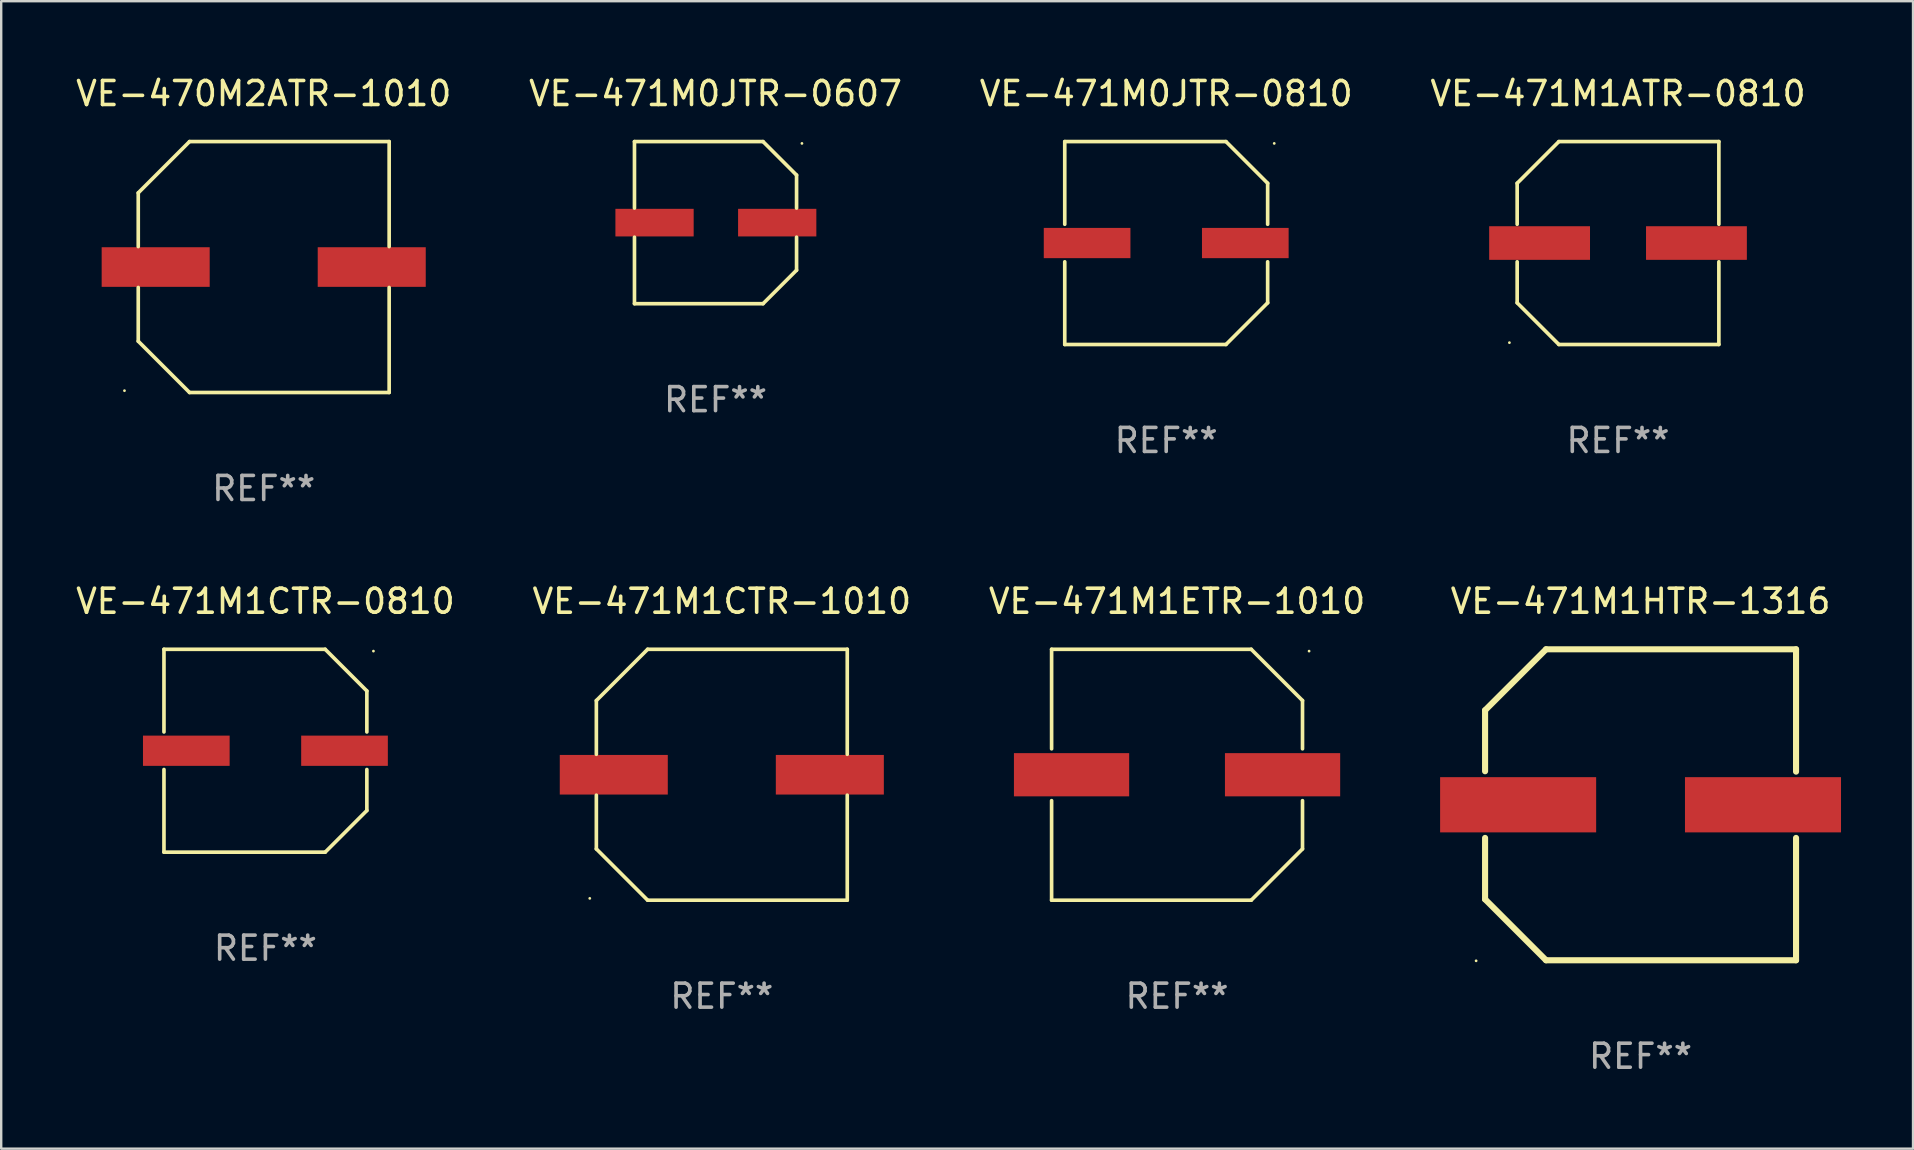
<source format=kicad_pcb>
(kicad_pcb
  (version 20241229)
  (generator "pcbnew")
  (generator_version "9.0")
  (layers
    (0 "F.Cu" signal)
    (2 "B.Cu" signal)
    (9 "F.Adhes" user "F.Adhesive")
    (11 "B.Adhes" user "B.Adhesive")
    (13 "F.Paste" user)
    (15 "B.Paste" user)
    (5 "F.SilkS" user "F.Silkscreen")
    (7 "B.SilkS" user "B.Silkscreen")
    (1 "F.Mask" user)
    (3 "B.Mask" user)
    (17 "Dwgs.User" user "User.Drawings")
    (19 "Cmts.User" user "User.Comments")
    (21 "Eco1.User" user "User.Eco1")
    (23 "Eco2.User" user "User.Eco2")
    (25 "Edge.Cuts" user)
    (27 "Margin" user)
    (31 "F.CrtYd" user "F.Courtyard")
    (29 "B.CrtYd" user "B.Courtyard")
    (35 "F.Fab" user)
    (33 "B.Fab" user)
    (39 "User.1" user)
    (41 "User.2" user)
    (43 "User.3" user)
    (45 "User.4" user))
  (footprint "VE-471M0JTR-0810"
    (layer "F.Cu")
    (at 45.53 7.074)
    (property "Reference" "VE-471M0JTR-0810" (at 0 -6.226 0) (layer "F.SilkS") (effects (font (size 1 1) (thickness 0.15))))
    (attr through_hole)
    (fp_line (start -4.226 -4.226) (end 2.49 -4.226) (stroke (width 0.152) (type solid)) (layer "F.SilkS"))
    (fp_line (start -4.226 -0.782) (end -4.226 -4.226) (stroke (width 0.152) (type solid)) (layer "F.SilkS"))
    (fp_line (start -4.226 0.782) (end -4.226 4.226) (stroke (width 0.152) (type solid)) (layer "F.SilkS"))
    (fp_line (start -4.226 4.226) (end 2.49 4.226) (stroke (width 0.152) (type solid)) (layer "F.SilkS"))
    (fp_line (start 2.49 -4.226) (end 4.226 -2.49) (stroke (width 0.152) (type solid)) (layer "F.SilkS"))
    (fp_line (start 2.49 4.226) (end 4.226 2.49) (stroke (width 0.152) (type solid)) (layer "F.SilkS"))
    (fp_line (start 4.226 -2.49) (end 4.226 -0.782) (stroke (width 0.152) (type solid)) (layer "F.SilkS"))
    (fp_line (start 4.226 2.49) (end 4.226 0.782) (stroke (width 0.152) (type solid)) (layer "F.SilkS"))
    (fp_circle (center 4.5 -4.15) (end 4.53 -4.15) (stroke (width 0.06) (type solid)) (fill no) (layer "F.SilkS"))
    (fp_text user "REF**" (at 0 8.226 0) (layer "F.Fab") (effects (font (size 1 1) (thickness 0.15))))
    (pad "1" smd rect (at 3.295 0 180) (size 3.61 1.26) (layers "F.Cu" "F.Mask" "F.Paste"))
    (pad "2" smd rect (at -3.295 0 180) (size 3.61 1.26) (layers "F.Cu" "F.Mask" "F.Paste")))
  (footprint "VE-471M1ETR-1010"
    (layer "F.Cu")
    (at 45.982 29.223)
    (property "Reference" "VE-471M1ETR-1010" (at 0 -7.226 0) (layer "F.SilkS") (effects (font (size 1 1) (thickness 0.15))))
    (attr through_hole)
    (fp_line (start -5.226 -5.226) (end -5.226 -1.08) (stroke (width 0.152) (type solid)) (layer "F.SilkS"))
    (fp_line (start -5.226 -5.226) (end 3.09 -5.226) (stroke (width 0.152) (type solid)) (layer "F.SilkS"))
    (fp_line (start -5.226 1.08) (end -5.226 5.226) (stroke (width 0.152) (type solid)) (layer "F.SilkS"))
    (fp_line (start -5.226 5.226) (end 3.09 5.226) (stroke (width 0.152) (type solid)) (layer "F.SilkS"))
    (fp_line (start 3.09 -5.226) (end 5.226 -3.09) (stroke (width 0.152) (type solid)) (layer "F.SilkS"))
    (fp_line (start 3.09 5.226) (end 5.226 3.09) (stroke (width 0.152) (type solid)) (layer "F.SilkS"))
    (fp_line (start 5.226 -1.08) (end 5.226 -3.09) (stroke (width 0.152) (type solid)) (layer "F.SilkS"))
    (fp_line (start 5.226 3.09) (end 5.226 1.08) (stroke (width 0.152) (type solid)) (layer "F.SilkS"))
    (fp_circle (center 5.5 -5.15) (end 5.53 -5.15) (stroke (width 0.06) (type solid)) (fill no) (layer "F.SilkS"))
    (fp_text user "REF**" (at 0 9.226 0) (layer "F.Fab") (effects (font (size 1 1) (thickness 0.15))))
    (pad "1" smd rect (at 4.395 0 180) (size 4.8 1.8) (layers "F.Cu" "F.Mask" "F.Paste"))
    (pad "2" smd rect (at -4.395 0 180) (size 4.8 1.8) (layers "F.Cu" "F.Mask" "F.Paste")))
  (footprint "VE-471M1CTR-0810"
    (layer "F.Cu")
    (at 8.006 28.223)
    (property "Reference" "VE-471M1CTR-0810" (at 0 -6.226 0) (layer "F.SilkS") (effects (font (size 1 1) (thickness 0.15))))
    (attr through_hole)
    (fp_line (start -4.226 -4.226) (end 2.49 -4.226) (stroke (width 0.152) (type solid)) (layer "F.SilkS"))
    (fp_line (start -4.226 -0.782) (end -4.226 -4.226) (stroke (width 0.152) (type solid)) (layer "F.SilkS"))
    (fp_line (start -4.226 0.782) (end -4.226 4.226) (stroke (width 0.152) (type solid)) (layer "F.SilkS"))
    (fp_line (start -4.226 4.226) (end 2.49 4.226) (stroke (width 0.152) (type solid)) (layer "F.SilkS"))
    (fp_line (start 2.49 -4.226) (end 4.226 -2.49) (stroke (width 0.152) (type solid)) (layer "F.SilkS"))
    (fp_line (start 2.49 4.226) (end 4.226 2.49) (stroke (width 0.152) (type solid)) (layer "F.SilkS"))
    (fp_line (start 4.226 -2.49) (end 4.226 -0.782) (stroke (width 0.152) (type solid)) (layer "F.SilkS"))
    (fp_line (start 4.226 2.49) (end 4.226 0.782) (stroke (width 0.152) (type solid)) (layer "F.SilkS"))
    (fp_circle (center 4.5 -4.15) (end 4.53 -4.15) (stroke (width 0.06) (type solid)) (fill no) (layer "F.SilkS"))
    (fp_text user "REF**" (at 0 8.226 0) (layer "F.Fab") (effects (font (size 1 1) (thickness 0.15))))
    (pad "1" smd rect (at 3.295 0 180) (size 3.61 1.26) (layers "F.Cu" "F.Mask" "F.Paste"))
    (pad "2" smd rect (at -3.295 0 180) (size 3.61 1.26) (layers "F.Cu" "F.Mask" "F.Paste")))
  (footprint "VE-471M1ATR-0810"
    (layer "F.Cu")
    (at 64.351 7.074)
    (property "Reference" "VE-471M1ATR-0810" (at 0 -6.226 0) (layer "F.SilkS") (effects (font (size 1 1) (thickness 0.15))))
    (attr through_hole)
    (fp_line (start -4.201 -2.49) (end -4.201 -0.782) (stroke (width 0.152) (type solid)) (layer "F.SilkS"))
    (fp_line (start -4.201 2.49) (end -4.201 0.782) (stroke (width 0.152) (type solid)) (layer "F.SilkS"))
    (fp_line (start -2.465 -4.226) (end -4.201 -2.49) (stroke (width 0.152) (type solid)) (layer "F.SilkS"))
    (fp_line (start -2.465 4.226) (end -4.201 2.49) (stroke (width 0.152) (type solid)) (layer "F.SilkS"))
    (fp_line (start 4.201 -4.226) (end -2.465 -4.226) (stroke (width 0.152) (type solid)) (layer "F.SilkS"))
    (fp_line (start 4.201 -0.782) (end 4.201 -4.226) (stroke (width 0.152) (type solid)) (layer "F.SilkS"))
    (fp_line (start 4.201 0.782) (end 4.201 4.226) (stroke (width 0.152) (type solid)) (layer "F.SilkS"))
    (fp_line (start 4.201 4.226) (end -2.465 4.226) (stroke (width 0.152) (type solid)) (layer "F.SilkS"))
    (fp_circle (center -4.524 4.15) (end -4.494 4.15) (stroke (width 0.06) (type solid)) (fill no) (layer "F.SilkS"))
    (fp_text user "REF**" (at 0 8.226 0) (layer "F.Fab") (effects (font (size 1 1) (thickness 0.15))))
    (pad "1" smd rect (at -3.267 0) (size 4.2 1.4) (layers "F.Cu" "F.Mask" "F.Paste"))
    (pad "2" smd rect (at 3.267 0) (size 4.2 1.4) (layers "F.Cu" "F.Mask" "F.Paste")))
  (footprint "VE-471M0JTR-0607"
    (layer "F.Cu")
    (at 26.756 6.224)
    (property "Reference" "VE-471M0JTR-0607" (at 0 -5.376 0) (layer "F.SilkS") (effects (font (size 1 1) (thickness 0.15))))
    (attr through_hole)
    (fp_line (start -3.376 -3.376) (end 1.98 -3.376) (stroke (width 0.152) (type solid)) (layer "F.SilkS"))
    (fp_line (start -3.376 -0.607) (end -3.376 -3.376) (stroke (width 0.152) (type solid)) (layer "F.SilkS"))
    (fp_line (start -3.376 0.607) (end -3.376 3.376) (stroke (width 0.152) (type solid)) (layer "F.SilkS"))
    (fp_line (start -3.376 3.376) (end 1.98 3.376) (stroke (width 0.152) (type solid)) (layer "F.SilkS"))
    (fp_line (start 1.98 -3.376) (end 3.376 -1.98) (stroke (width 0.152) (type solid)) (layer "F.SilkS"))
    (fp_line (start 1.98 3.376) (end 3.376 1.98) (stroke (width 0.152) (type solid)) (layer "F.SilkS"))
    (fp_line (start 3.376 -1.98) (end 3.376 -0.607) (stroke (width 0.152) (type solid)) (layer "F.SilkS"))
    (fp_line (start 3.376 1.98) (end 3.376 0.607) (stroke (width 0.152) (type solid)) (layer "F.SilkS"))
    (fp_circle (center 3.6 -3.3) (end 3.63 -3.3) (stroke (width 0.06) (type solid)) (fill no) (layer "F.SilkS"))
    (fp_text user "REF**" (at 0 7.376 0) (layer "F.Fab") (effects (font (size 1 1) (thickness 0.15))))
    (pad "1" smd rect (at 2.57 0 180) (size 3.26 1.15) (layers "F.Cu" "F.Mask" "F.Paste"))
    (pad "2" smd rect (at -2.54 0 180) (size 3.26 1.15) (layers "F.Cu" "F.Mask" "F.Paste")))
  (footprint "VE-471M1HTR-1316"
    (layer "F.Cu")
    (at 65.29 30.474)
    (property "Reference" "VE-471M1HTR-1316" (at 0 -8.477 0) (layer "F.SilkS") (effects (font (size 1 1) (thickness 0.15))))
    (attr through_hole)
    (fp_line (start -6.477 -3.937) (end -6.477 -1.397) (stroke (width 0.254) (type solid)) (layer "F.SilkS"))
    (fp_line (start -6.477 1.381) (end -6.477 3.937) (stroke (width 0.254) (type solid)) (layer "F.SilkS"))
    (fp_line (start -6.477 3.937) (end -3.937 6.477) (stroke (width 0.254) (type solid)) (layer "F.SilkS"))
    (fp_line (start -3.937 -6.477) (end -6.477 -3.937) (stroke (width 0.254) (type solid)) (layer "F.SilkS"))
    (fp_line (start -3.937 6.477) (end 6.477 6.477) (stroke (width 0.254) (type solid)) (layer "F.SilkS"))
    (fp_line (start 6.477 -6.477) (end -3.937 -6.477) (stroke (width 0.254) (type solid)) (layer "F.SilkS"))
    (fp_line (start 6.477 -1.381) (end 6.477 -6.477) (stroke (width 0.254) (type solid)) (layer "F.SilkS"))
    (fp_line (start 6.477 6.477) (end 6.477 1.381) (stroke (width 0.254) (type solid)) (layer "F.SilkS"))
    (fp_circle (center -6.85 6.5) (end -6.82 6.5) (stroke (width 0.06) (type solid)) (fill no) (layer "F.SilkS"))
    (fp_text user "REF**" (at 0 10.477 0) (layer "F.Fab") (effects (font (size 1 1) (thickness 0.15))))
    (pad "1" smd rect (at -5.1 0) (size 6.5 2.3) (layers "F.Cu" "F.Mask" "F.Paste"))
    (pad "2" smd rect (at 5.1 0) (size 6.5 2.3) (layers "F.Cu" "F.Mask" "F.Paste")))
  (footprint "VE-470M2ATR-1010"
    (layer "F.Cu")
    (at 7.935 8.074)
    (property "Reference" "VE-470M2ATR-1010" (at 0 -7.226 0) (layer "F.SilkS") (effects (font (size 1 1) (thickness 0.15))))
    (attr through_hole)
    (fp_line (start -5.226 -3.09) (end -5.226 -0.852) (stroke (width 0.152) (type solid)) (layer "F.SilkS"))
    (fp_line (start -5.226 3.09) (end -5.226 0.852) (stroke (width 0.152) (type solid)) (layer "F.SilkS"))
    (fp_line (start -3.09 -5.226) (end -5.226 -3.09) (stroke (width 0.152) (type solid)) (layer "F.SilkS"))
    (fp_line (start -3.09 5.226) (end -5.226 3.09) (stroke (width 0.152) (type solid)) (layer "F.SilkS"))
    (fp_line (start 5.226 -5.226) (end -3.09 -5.226) (stroke (width 0.152) (type solid)) (layer "F.SilkS"))
    (fp_line (start 5.226 -0.852) (end 5.226 -5.226) (stroke (width 0.152) (type solid)) (layer "F.SilkS"))
    (fp_line (start 5.226 0.852) (end 5.226 5.226) (stroke (width 0.152) (type solid)) (layer "F.SilkS"))
    (fp_line (start 5.226 5.226) (end -3.09 5.226) (stroke (width 0.152) (type solid)) (layer "F.SilkS"))
    (fp_circle (center -5.8 5.15) (end -5.77 5.15) (stroke (width 0.06) (type solid)) (fill no) (layer "F.SilkS"))
    (fp_text user "REF**" (at 0 9.226 0) (layer "F.Fab") (effects (font (size 1 1) (thickness 0.15))))
    (pad "1" smd rect (at -4.5 0) (size 4.5 1.65) (layers "F.Cu" "F.Mask" "F.Paste"))
    (pad "2" smd rect (at 4.5 0) (size 4.5 1.65) (layers "F.Cu" "F.Mask" "F.Paste")))
  (footprint "VE-471M1CTR-1010"
    (layer "F.Cu")
    (at 27.018 29.223)
    (property "Reference" "VE-471M1CTR-1010" (at 0 -7.226 0) (layer "F.SilkS") (effects (font (size 1 1) (thickness 0.15))))
    (attr through_hole)
    (fp_line (start -5.226 -3.09) (end -5.226 -0.852) (stroke (width 0.152) (type solid)) (layer "F.SilkS"))
    (fp_line (start -5.226 3.09) (end -5.226 0.852) (stroke (width 0.152) (type solid)) (layer "F.SilkS"))
    (fp_line (start -3.09 -5.226) (end -5.226 -3.09) (stroke (width 0.152) (type solid)) (layer "F.SilkS"))
    (fp_line (start -3.09 5.226) (end -5.226 3.09) (stroke (width 0.152) (type solid)) (layer "F.SilkS"))
    (fp_line (start 5.226 -5.226) (end -3.09 -5.226) (stroke (width 0.152) (type solid)) (layer "F.SilkS"))
    (fp_line (start 5.226 -0.852) (end 5.226 -5.226) (stroke (width 0.152) (type solid)) (layer "F.SilkS"))
    (fp_line (start 5.226 0.852) (end 5.226 5.226) (stroke (width 0.152) (type solid)) (layer "F.SilkS"))
    (fp_line (start 5.226 5.226) (end -3.09 5.226) (stroke (width 0.152) (type solid)) (layer "F.SilkS"))
    (fp_circle (center -5.5 5.15) (end -5.47 5.15) (stroke (width 0.06) (type solid)) (fill no) (layer "F.SilkS"))
    (fp_text user "REF**" (at 0 9.226 0) (layer "F.Fab") (effects (font (size 1 1) (thickness 0.15))))
    (pad "1" smd rect (at -4.5 -0.000025) (size 4.5 1.65) (layers "F.Cu" "F.Mask" "F.Paste"))
    (pad "2" smd rect (at 4.5 -0.000025) (size 4.5 1.65) (layers "F.Cu" "F.Mask" "F.Paste")))
  (gr_rect
    (start -3 -3)
    (end 76.64 44.8)
    (stroke (width 0.1) (type default))
    (fill no)
    (layer "Edge.Cuts")))
</source>
